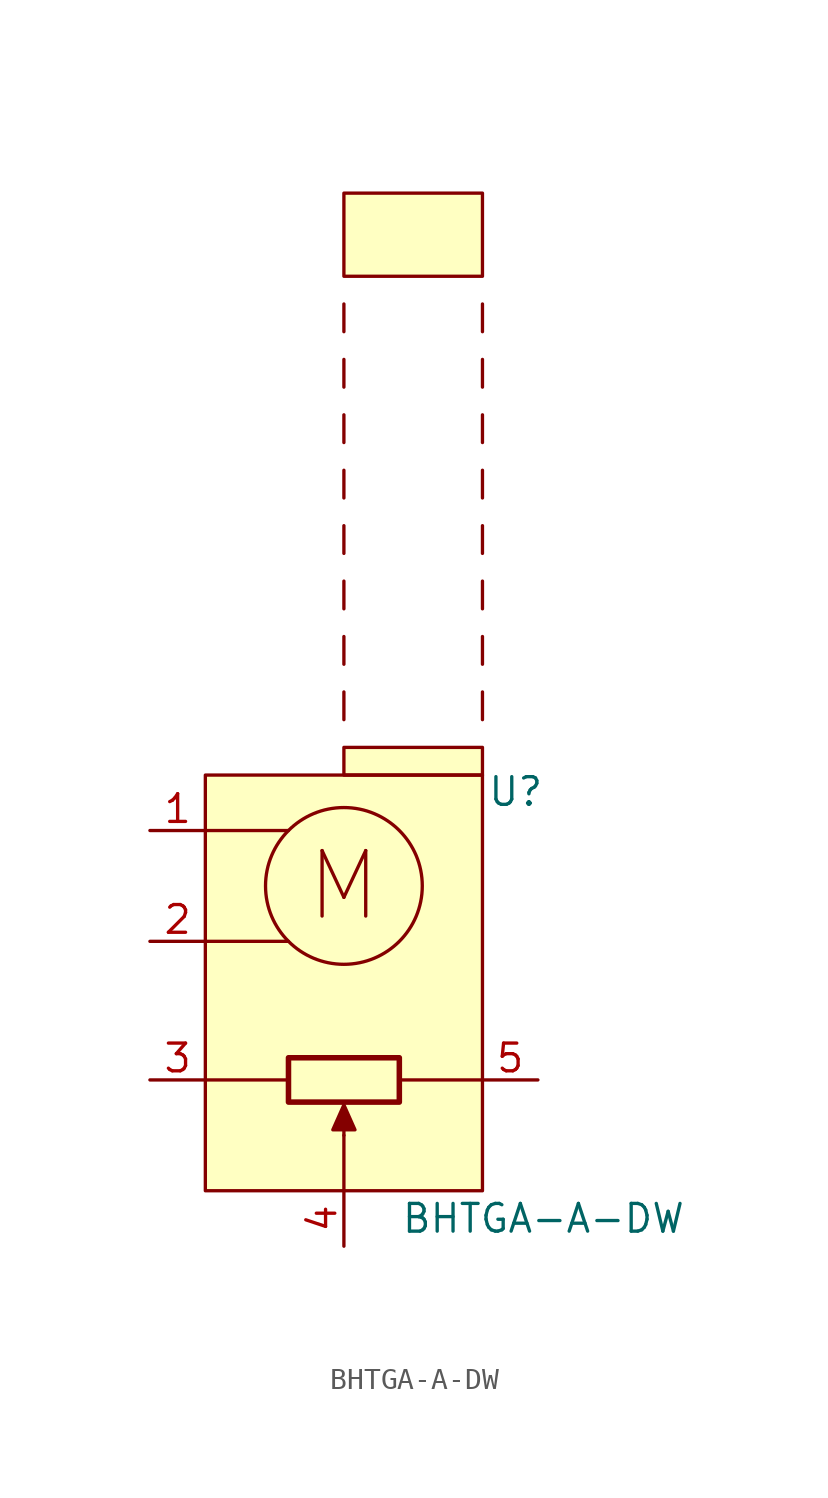
<source format=kicad_sym>
(kicad_symbol_lib
  (version 20231120)
  (generator "kicad_symbol_editor")
  (generator_version "8.0")
  (symbol "BHTGA-A-DW"
    (property "Reference" "U"
      (at 7.874 5.588 0)
      (effects (font (size 1.27 1.27))))
    (property "Value" "BHTGA-A-DW"
      (at 9.144 -13.97 0)
      (effects (font (size 1.27 1.27))))
    (symbol "BHTGA-A-DW_0_1"
      (polyline (pts (xy 0 -10.16) (xy 0 -9.144)) (stroke (width 0) (type default)) (fill (type none)))
      (polyline (pts (xy 0 8.89) (xy 0 10.16)) (stroke (width 0) (type default)) (fill (type none)))
      (polyline (pts (xy 0 11.43) (xy 0 12.7)) (stroke (width 0) (type default)) (fill (type none)))
      (polyline (pts (xy 0 13.97) (xy 0 15.24)) (stroke (width 0) (type default)) (fill (type none)))
      (polyline (pts (xy 0 16.51) (xy 0 17.78)) (stroke (width 0) (type default)) (fill (type none)))
      (polyline (pts (xy 0 19.05) (xy 0 20.32)) (stroke (width 0) (type default)) (fill (type none)))
      (polyline (pts (xy 0 21.59) (xy 0 22.86)) (stroke (width 0) (type default)) (fill (type none)))
      (polyline (pts (xy 0 24.13) (xy 0 25.4)) (stroke (width 0) (type default)) (fill (type none)))
      (polyline (pts (xy 0 26.67) (xy 0 27.94)) (stroke (width 0) (type default)) (fill (type none)))
      (polyline (pts (xy 6.35 8.89) (xy 6.35 10.16)) (stroke (width 0) (type default)) (fill (type none)))
      (polyline (pts (xy 6.35 11.43) (xy 6.35 12.7)) (stroke (width 0) (type default)) (fill (type none)))
      (polyline (pts (xy 6.35 13.97) (xy 6.35 15.24)) (stroke (width 0) (type default)) (fill (type none)))
      (polyline (pts (xy 6.35 16.51) (xy 6.35 17.78)) (stroke (width 0) (type default)) (fill (type none)))
      (polyline (pts (xy 6.35 19.05) (xy 6.35 20.32)) (stroke (width 0) (type default)) (fill (type none)))
      (polyline (pts (xy 6.35 21.59) (xy 6.35 22.86)) (stroke (width 0) (type default)) (fill (type none)))
      (polyline (pts (xy 6.35 24.13) (xy 6.35 25.4)) (stroke (width 0) (type default)) (fill (type none)))
      (polyline (pts (xy 6.35 26.67) (xy 6.35 27.94)) (stroke (width 0) (type default)) (fill (type none)))
      (polyline (pts (xy 0 -8.763) (xy 0.508 -9.906) (xy -0.508 -9.906) (xy 0 -8.763)) (stroke (width 0) (type default)) (fill (type outline)))
      (rectangle (start 2.54 -8.636) (end -2.54 -6.604) (stroke (width 0.254) (type default)) (fill (type none))))
    (symbol "BHTGA-A-DW_1_1"
      (rectangle (start -6.35 6.35) (end 6.35 -12.7) (stroke (width 0) (type default)) (fill (type background)))
      (polyline (pts (xy -6.35 -7.62) (xy -2.54 -7.62)) (stroke (width 0) (type default)) (fill (type none)))
      (polyline (pts (xy -6.35 -1.27) (xy -2.54 -1.27)) (stroke (width 0) (type default)) (fill (type none)))
      (polyline (pts (xy -6.35 3.81) (xy -2.54 3.81)) (stroke (width 0) (type default)) (fill (type none)))
      (polyline (pts (xy 0 -10.16) (xy 0 -12.7)) (stroke (width 0) (type default)) (fill (type none)))
      (polyline (pts (xy 2.54 -7.62) (xy 6.35 -7.62)) (stroke (width 0) (type default)) (fill (type none)))
      (circle (center 0 1.27) (radius 3.592) (stroke (width 0) (type default)) (fill (type none)))
      (rectangle (start 0 7.62) (end 6.35 6.35) (stroke (width 0) (type default)) (fill (type background)))
      (rectangle (start 0 33.02) (end 6.35 29.21) (stroke (width 0) (type default)) (fill (type background)))
      (text "M" (at 0 1.27 0) (effects (font (size 3 3))))
      (pin input line (at -8.89 3.81 0) (length 2.54) (name "" (effects (font (size 1.27 1.27)))) (number "1" (effects (font (size 1.27 1.27)))))
      (pin input line (at -8.89 -1.27 0) (length 2.54) (name "" (effects (font (size 1.27 1.27)))) (number "2" (effects (font (size 1.27 1.27)))))
      (pin passive line (at -8.89 -7.62 0) (length 2.54) (name "" (effects (font (size 1.27 1.27)))) (number "3" (effects (font (size 1.27 1.27)))))
      (pin passive line (at 0 -15.24 90) (length 2.54) (name "" (effects (font (size 1.27 1.27)))) (number "4" (effects (font (size 1.27 1.27)))))
      (pin passive line (at 8.89 -7.62 180) (length 2.54) (name "" (effects (font (size 1.27 1.27)))) (number "5" (effects (font (size 1.27 1.27))))))))
</source>
